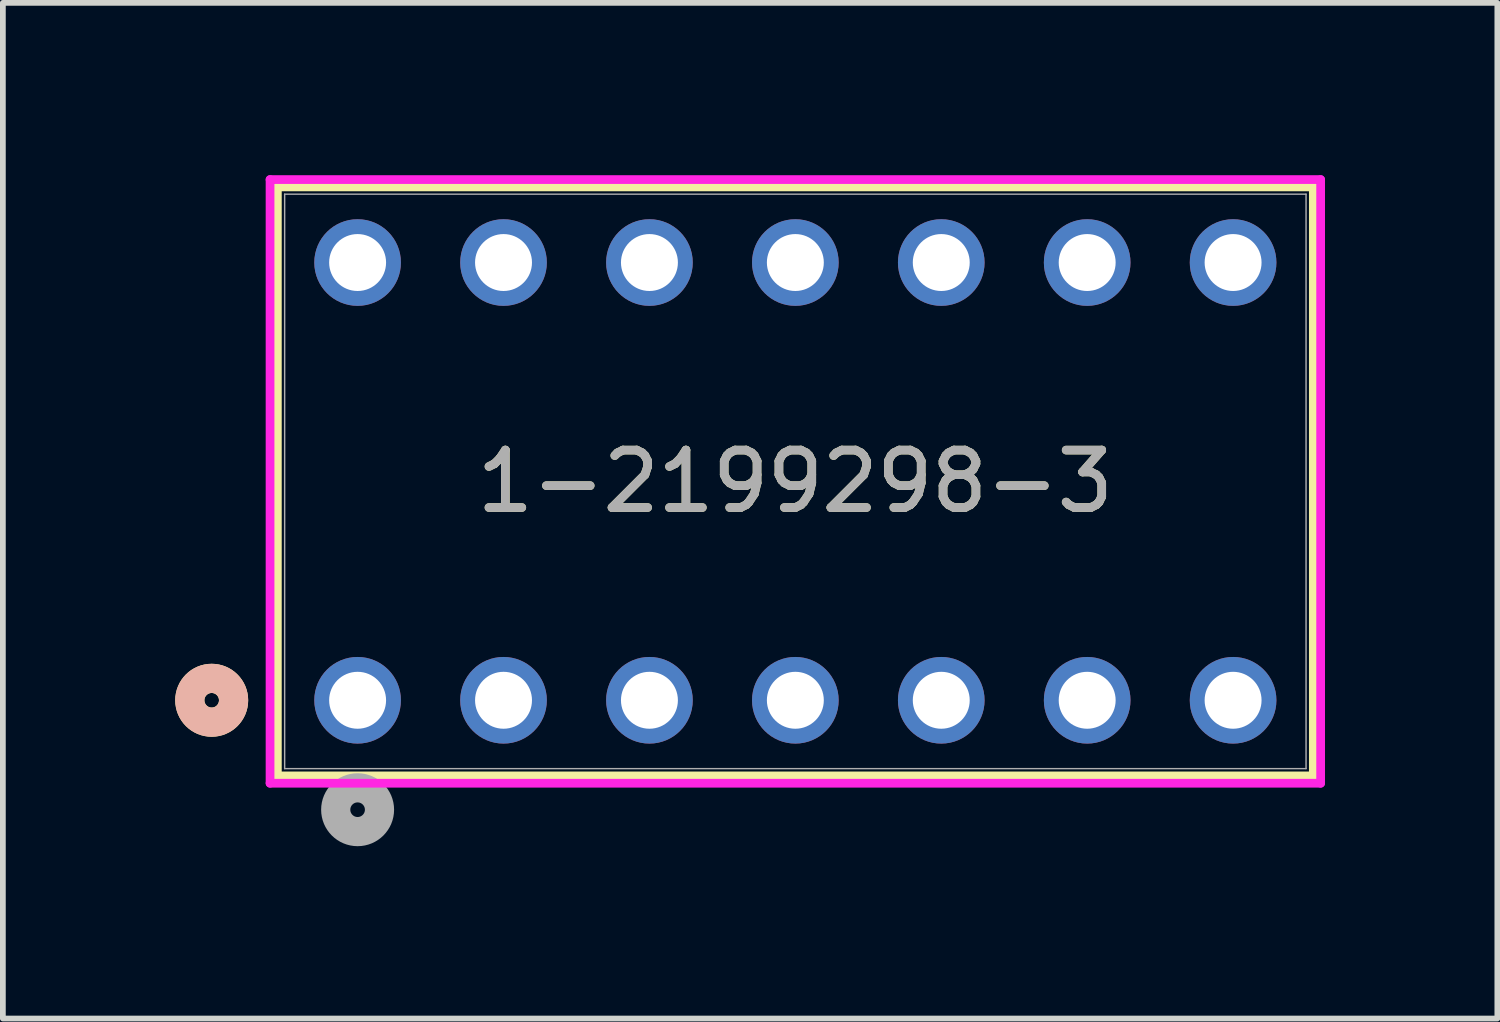
<source format=kicad_pcb>
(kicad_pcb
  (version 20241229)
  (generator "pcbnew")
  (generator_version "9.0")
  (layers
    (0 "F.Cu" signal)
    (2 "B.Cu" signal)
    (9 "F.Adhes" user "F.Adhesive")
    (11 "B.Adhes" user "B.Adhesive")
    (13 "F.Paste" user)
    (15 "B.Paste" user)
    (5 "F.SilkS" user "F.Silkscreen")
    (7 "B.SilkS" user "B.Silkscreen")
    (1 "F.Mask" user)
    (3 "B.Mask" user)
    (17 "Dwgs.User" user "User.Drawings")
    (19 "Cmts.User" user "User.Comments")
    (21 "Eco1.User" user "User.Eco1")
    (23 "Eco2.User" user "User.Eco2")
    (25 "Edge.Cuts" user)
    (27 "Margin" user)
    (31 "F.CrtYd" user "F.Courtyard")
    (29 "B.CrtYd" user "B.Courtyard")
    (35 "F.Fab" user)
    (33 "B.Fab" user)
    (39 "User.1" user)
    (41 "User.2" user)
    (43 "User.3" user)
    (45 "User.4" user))
  (footprint "1-2199298-3"
    (layer "F.Cu")
    (at 3.175 9.14)
    (property "Reference" "1-2199298-3" (at 7.62 -3.81 0) (unlocked yes) (layer "F.SilkS") (effects (font (size 1 1) (thickness 0.15))))
    (attr through_hole)
    (fp_line (start -1.397 -8.937) (end -1.397 1.317) (stroke (width 0.152) (type solid)) (layer "F.SilkS"))
    (fp_line (start -1.397 1.317) (end 16.637 1.317) (stroke (width 0.152) (type solid)) (layer "F.SilkS"))
    (fp_line (start 16.637 -8.937) (end -1.397 -8.937) (stroke (width 0.152) (type solid)) (layer "F.SilkS"))
    (fp_line (start 16.637 1.317) (end 16.637 -8.937) (stroke (width 0.152) (type solid)) (layer "F.SilkS"))
    (fp_circle (center -2.54 0) (end -2.159 0) (stroke (width 0.508) (type solid)) (fill no) (layer "F.SilkS"))
    (fp_circle (center -2.54 0) (end -2.159 0) (stroke (width 0.508) (type solid)) (fill no) (layer "B.SilkS"))
    (fp_line (start -1.524 -9.064) (end -1.524 1.444) (stroke (width 0.152) (type solid)) (layer "F.CrtYd"))
    (fp_line (start -1.524 1.444) (end 16.764 1.444) (stroke (width 0.152) (type solid)) (layer "F.CrtYd"))
    (fp_line (start 16.764 -9.064) (end -1.524 -9.064) (stroke (width 0.152) (type solid)) (layer "F.CrtYd"))
    (fp_line (start 16.764 1.444) (end 16.764 -9.064) (stroke (width 0.152) (type solid)) (layer "F.CrtYd"))
    (fp_line (start -1.27 -8.81) (end -1.27 1.19) (stroke (width 0.025) (type solid)) (layer "F.Fab"))
    (fp_line (start -1.27 1.19) (end 16.51 1.19) (stroke (width 0.025) (type solid)) (layer "F.Fab"))
    (fp_line (start 16.51 -8.81) (end -1.27 -8.81) (stroke (width 0.025) (type solid)) (layer "F.Fab"))
    (fp_line (start 16.51 1.19) (end 16.51 -8.81) (stroke (width 0.025) (type solid)) (layer "F.Fab"))
    (fp_circle (center 0 1.905) (end 0.381 1.905) (stroke (width 0.508) (type solid)) (fill no) (layer "F.Fab"))
    (fp_text user "${REFERENCE}" (at 7.62 -3.81 0) (unlocked yes) (layer "F.Fab") (effects (font (size 1 1) (thickness 0.15))))
    (pad "1" thru_hole circle (at 0 0) (size 1.508 1.508) (drill 0.991) (layers "*.Cu" "*.Mask"))
    (pad "2" thru_hole circle (at 2.54 0) (size 1.508 1.508) (drill 0.991) (layers "*.Cu" "*.Mask"))
    (pad "3" thru_hole circle (at 5.08 0) (size 1.508 1.508) (drill 0.991) (layers "*.Cu" "*.Mask"))
    (pad "4" thru_hole circle (at 7.62 0) (size 1.508 1.508) (drill 0.991) (layers "*.Cu" "*.Mask"))
    (pad "5" thru_hole circle (at 10.16 0) (size 1.508 1.508) (drill 0.991) (layers "*.Cu" "*.Mask"))
    (pad "6" thru_hole circle (at 12.7 0) (size 1.508 1.508) (drill 0.991) (layers "*.Cu" "*.Mask"))
    (pad "7" thru_hole circle (at 15.24 0) (size 1.508 1.508) (drill 0.991) (layers "*.Cu" "*.Mask"))
    (pad "8" thru_hole circle (at 0 -7.62) (size 1.508 1.508) (drill 0.991) (layers "*.Cu" "*.Mask"))
    (pad "9" thru_hole circle (at 2.54 -7.62) (size 1.508 1.508) (drill 0.991) (layers "*.Cu" "*.Mask"))
    (pad "10" thru_hole circle (at 5.08 -7.62) (size 1.508 1.508) (drill 0.991) (layers "*.Cu" "*.Mask"))
    (pad "11" thru_hole circle (at 7.62 -7.62) (size 1.508 1.508) (drill 0.991) (layers "*.Cu" "*.Mask"))
    (pad "12" thru_hole circle (at 10.16 -7.62) (size 1.508 1.508) (drill 0.991) (layers "*.Cu" "*.Mask"))
    (pad "13" thru_hole circle (at 12.7 -7.62) (size 1.508 1.508) (drill 0.991) (layers "*.Cu" "*.Mask"))
    (pad "14" thru_hole circle (at 15.24 -7.62) (size 1.508 1.508) (drill 0.991) (layers "*.Cu" "*.Mask")))
  (gr_rect
    (start -3 -3)
    (end 23.015 14.68)
    (stroke (width 0.1) (type default))
    (fill no)
    (layer "Edge.Cuts")))
</source>
